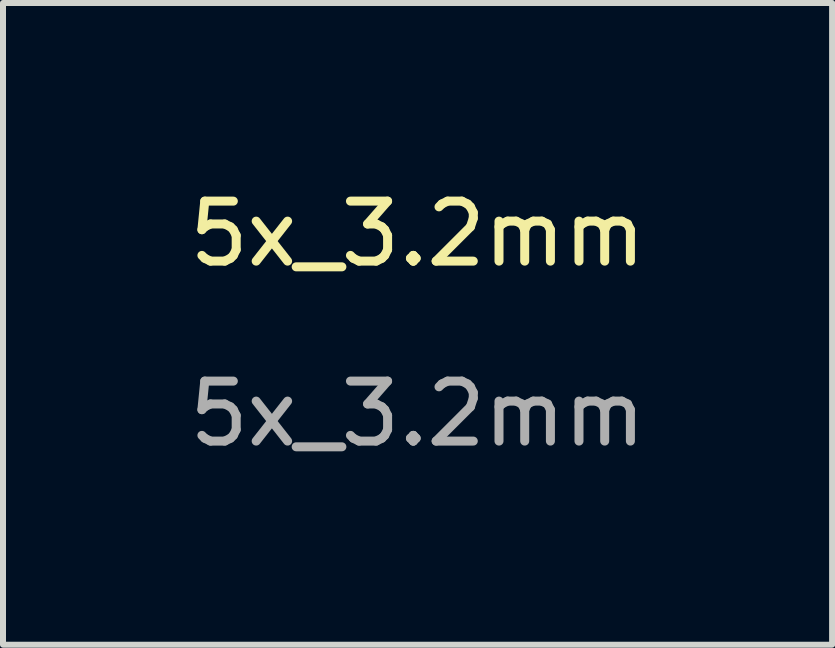
<source format=kicad_pcb>
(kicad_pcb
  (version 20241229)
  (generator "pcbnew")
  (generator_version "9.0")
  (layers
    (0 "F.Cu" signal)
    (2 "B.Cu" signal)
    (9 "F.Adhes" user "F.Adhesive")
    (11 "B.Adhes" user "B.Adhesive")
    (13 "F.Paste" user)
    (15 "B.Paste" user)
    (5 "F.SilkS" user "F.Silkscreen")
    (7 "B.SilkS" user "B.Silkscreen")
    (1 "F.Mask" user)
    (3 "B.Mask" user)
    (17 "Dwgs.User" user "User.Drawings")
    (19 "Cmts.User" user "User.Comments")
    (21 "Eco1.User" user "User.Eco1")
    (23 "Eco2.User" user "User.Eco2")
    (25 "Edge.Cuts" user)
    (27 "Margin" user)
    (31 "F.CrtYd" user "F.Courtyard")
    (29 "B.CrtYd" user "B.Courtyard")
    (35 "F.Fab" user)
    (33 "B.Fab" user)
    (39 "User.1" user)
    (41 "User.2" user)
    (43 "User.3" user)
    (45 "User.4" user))
  (footprint "5x_3.2mm"
    (layer "F.Cu")
    (at 3.911 1.348)
    (property "Reference" "5x_3.2mm" (at 0 -0.5 0) (unlocked yes) (layer "F.SilkS") (effects (font (size 1 1) (thickness 0.15))))
    (attr smd)
    (fp_text user "${REFERENCE}" (at 0 2.5 0) (unlocked yes) (layer "F.Fab") (effects (font (size 1 1) (thickness 0.15)))))
  (gr_rect
    (start -3 -3)
    (end 10.821 7.697)
    (stroke (width 0.1) (type default))
    (fill no)
    (layer "Edge.Cuts")))
</source>
